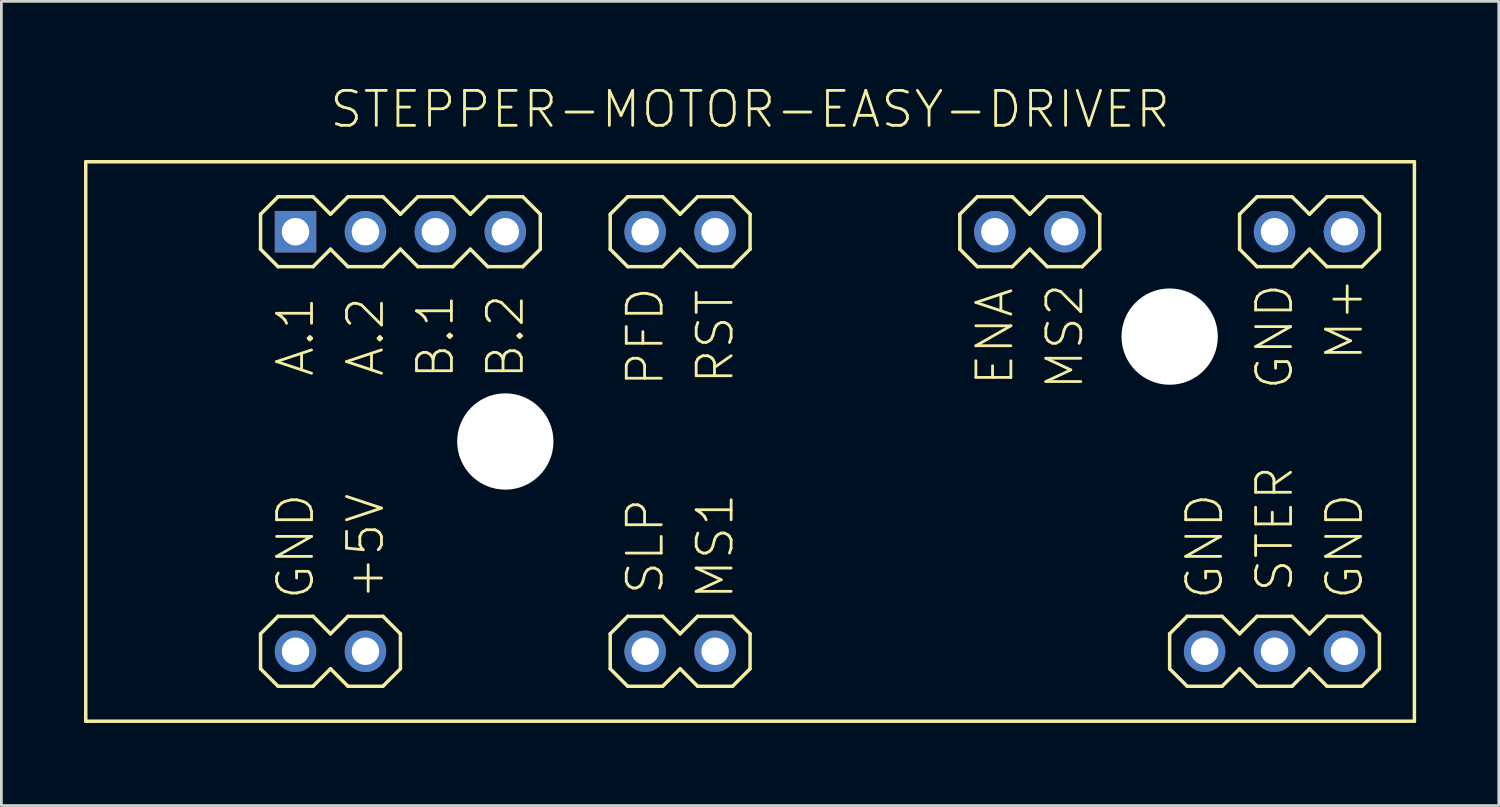
<source format=kicad_pcb>
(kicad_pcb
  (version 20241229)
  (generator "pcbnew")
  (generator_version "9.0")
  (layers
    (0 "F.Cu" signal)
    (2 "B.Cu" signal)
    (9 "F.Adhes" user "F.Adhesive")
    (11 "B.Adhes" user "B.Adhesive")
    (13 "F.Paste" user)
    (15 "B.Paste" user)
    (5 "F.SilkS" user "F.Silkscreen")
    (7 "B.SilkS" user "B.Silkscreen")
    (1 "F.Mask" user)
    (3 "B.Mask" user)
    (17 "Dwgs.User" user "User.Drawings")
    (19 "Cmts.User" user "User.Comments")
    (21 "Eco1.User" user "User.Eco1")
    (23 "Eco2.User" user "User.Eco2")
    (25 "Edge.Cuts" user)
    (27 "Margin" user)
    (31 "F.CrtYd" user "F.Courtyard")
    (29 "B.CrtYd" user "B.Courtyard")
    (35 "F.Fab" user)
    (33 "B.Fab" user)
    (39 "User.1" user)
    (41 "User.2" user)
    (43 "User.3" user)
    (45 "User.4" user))
  (footprint "STEPPER-MOTOR-EASY-DRIVER"
    (layer "F.Cu")
    (at 24.194 12.986)
    (property "Reference" "STEPPER-MOTOR-EASY-DRIVER" (at 0 -12.065 0) (layer "F.SilkS") (effects (font (size 1.27 1.27) (thickness 0.102))))
    (attr exclude_from_pos_files exclude_from_bom)
    (fp_line (start -24.13 -10.16) (end 24.13 -10.16) (stroke (width 0.127) (type solid)) (layer "F.SilkS"))
    (fp_line (start -24.13 10.16) (end -24.13 -10.16) (stroke (width 0.127) (type solid)) (layer "F.SilkS"))
    (fp_line (start -17.78 -8.255) (end -17.145 -8.89) (stroke (width 0.127) (type solid)) (layer "F.SilkS"))
    (fp_line (start -17.78 -6.985) (end -17.78 -8.255) (stroke (width 0.127) (type solid)) (layer "F.SilkS"))
    (fp_line (start -17.78 6.985) (end -17.145 6.35) (stroke (width 0.127) (type solid)) (layer "F.SilkS"))
    (fp_line (start -17.78 8.255) (end -17.78 6.985) (stroke (width 0.127) (type solid)) (layer "F.SilkS"))
    (fp_line (start -17.145 -8.89) (end -15.875 -8.89) (stroke (width 0.127) (type solid)) (layer "F.SilkS"))
    (fp_line (start -17.145 -6.35) (end -17.78 -6.985) (stroke (width 0.127) (type solid)) (layer "F.SilkS"))
    (fp_line (start -17.145 6.35) (end -15.875 6.35) (stroke (width 0.127) (type solid)) (layer "F.SilkS"))
    (fp_line (start -17.145 8.89) (end -17.78 8.255) (stroke (width 0.127) (type solid)) (layer "F.SilkS"))
    (fp_line (start -15.875 -8.89) (end -15.24 -8.255) (stroke (width 0.127) (type solid)) (layer "F.SilkS"))
    (fp_line (start -15.875 -6.35) (end -17.145 -6.35) (stroke (width 0.127) (type solid)) (layer "F.SilkS"))
    (fp_line (start -15.875 6.35) (end -15.24 6.985) (stroke (width 0.127) (type solid)) (layer "F.SilkS"))
    (fp_line (start -15.875 8.89) (end -17.145 8.89) (stroke (width 0.127) (type solid)) (layer "F.SilkS"))
    (fp_line (start -15.24 -8.255) (end -14.605 -8.89) (stroke (width 0.127) (type solid)) (layer "F.SilkS"))
    (fp_line (start -15.24 -6.985) (end -15.875 -6.35) (stroke (width 0.127) (type solid)) (layer "F.SilkS"))
    (fp_line (start -15.24 6.985) (end -14.605 6.35) (stroke (width 0.127) (type solid)) (layer "F.SilkS"))
    (fp_line (start -15.24 8.255) (end -15.875 8.89) (stroke (width 0.127) (type solid)) (layer "F.SilkS"))
    (fp_line (start -14.605 -8.89) (end -13.335 -8.89) (stroke (width 0.127) (type solid)) (layer "F.SilkS"))
    (fp_line (start -14.605 -6.35) (end -15.24 -6.985) (stroke (width 0.127) (type solid)) (layer "F.SilkS"))
    (fp_line (start -14.605 6.35) (end -13.335 6.35) (stroke (width 0.127) (type solid)) (layer "F.SilkS"))
    (fp_line (start -14.605 8.89) (end -15.24 8.255) (stroke (width 0.127) (type solid)) (layer "F.SilkS"))
    (fp_line (start -13.335 -8.89) (end -12.7 -8.255) (stroke (width 0.127) (type solid)) (layer "F.SilkS"))
    (fp_line (start -13.335 -6.35) (end -14.605 -6.35) (stroke (width 0.127) (type solid)) (layer "F.SilkS"))
    (fp_line (start -13.335 6.35) (end -12.7 6.985) (stroke (width 0.127) (type solid)) (layer "F.SilkS"))
    (fp_line (start -13.335 8.89) (end -14.605 8.89) (stroke (width 0.127) (type solid)) (layer "F.SilkS"))
    (fp_line (start -12.7 -8.255) (end -12.065 -8.89) (stroke (width 0.127) (type solid)) (layer "F.SilkS"))
    (fp_line (start -12.7 -6.985) (end -13.335 -6.35) (stroke (width 0.127) (type solid)) (layer "F.SilkS"))
    (fp_line (start -12.7 6.985) (end -12.7 8.255) (stroke (width 0.127) (type solid)) (layer "F.SilkS"))
    (fp_line (start -12.7 8.255) (end -13.335 8.89) (stroke (width 0.127) (type solid)) (layer "F.SilkS"))
    (fp_line (start -12.065 -8.89) (end -10.795 -8.89) (stroke (width 0.127) (type solid)) (layer "F.SilkS"))
    (fp_line (start -12.065 -6.35) (end -12.7 -6.985) (stroke (width 0.127) (type solid)) (layer "F.SilkS"))
    (fp_line (start -10.795 -8.89) (end -10.16 -8.255) (stroke (width 0.127) (type solid)) (layer "F.SilkS"))
    (fp_line (start -10.795 -6.35) (end -12.065 -6.35) (stroke (width 0.127) (type solid)) (layer "F.SilkS"))
    (fp_line (start -10.16 -8.255) (end -9.525 -8.89) (stroke (width 0.127) (type solid)) (layer "F.SilkS"))
    (fp_line (start -10.16 -6.985) (end -10.795 -6.35) (stroke (width 0.127) (type solid)) (layer "F.SilkS"))
    (fp_line (start -9.525 -8.89) (end -8.255 -8.89) (stroke (width 0.127) (type solid)) (layer "F.SilkS"))
    (fp_line (start -9.525 -6.35) (end -10.16 -6.985) (stroke (width 0.127) (type solid)) (layer "F.SilkS"))
    (fp_line (start -8.255 -8.89) (end -7.62 -8.255) (stroke (width 0.127) (type solid)) (layer "F.SilkS"))
    (fp_line (start -8.255 -6.35) (end -9.525 -6.35) (stroke (width 0.127) (type solid)) (layer "F.SilkS"))
    (fp_line (start -7.62 -8.255) (end -7.62 -6.985) (stroke (width 0.127) (type solid)) (layer "F.SilkS"))
    (fp_line (start -7.62 -6.985) (end -8.255 -6.35) (stroke (width 0.127) (type solid)) (layer "F.SilkS"))
    (fp_line (start -5.08 -8.255) (end -4.445 -8.89) (stroke (width 0.127) (type solid)) (layer "F.SilkS"))
    (fp_line (start -5.08 -6.985) (end -5.08 -8.255) (stroke (width 0.127) (type solid)) (layer "F.SilkS"))
    (fp_line (start -5.08 6.985) (end -4.445 6.35) (stroke (width 0.127) (type solid)) (layer "F.SilkS"))
    (fp_line (start -5.08 8.255) (end -5.08 6.985) (stroke (width 0.127) (type solid)) (layer "F.SilkS"))
    (fp_line (start -4.445 -8.89) (end -3.175 -8.89) (stroke (width 0.127) (type solid)) (layer "F.SilkS"))
    (fp_line (start -4.445 -6.35) (end -5.08 -6.985) (stroke (width 0.127) (type solid)) (layer "F.SilkS"))
    (fp_line (start -4.445 6.35) (end -3.175 6.35) (stroke (width 0.127) (type solid)) (layer "F.SilkS"))
    (fp_line (start -4.445 8.89) (end -5.08 8.255) (stroke (width 0.127) (type solid)) (layer "F.SilkS"))
    (fp_line (start -3.175 -8.89) (end -2.54 -8.255) (stroke (width 0.127) (type solid)) (layer "F.SilkS"))
    (fp_line (start -3.175 -6.35) (end -4.445 -6.35) (stroke (width 0.127) (type solid)) (layer "F.SilkS"))
    (fp_line (start -3.175 6.35) (end -2.54 6.985) (stroke (width 0.127) (type solid)) (layer "F.SilkS"))
    (fp_line (start -3.175 8.89) (end -4.445 8.89) (stroke (width 0.127) (type solid)) (layer "F.SilkS"))
    (fp_line (start -2.54 -8.255) (end -1.905 -8.89) (stroke (width 0.127) (type solid)) (layer "F.SilkS"))
    (fp_line (start -2.54 -6.985) (end -3.175 -6.35) (stroke (width 0.127) (type solid)) (layer "F.SilkS"))
    (fp_line (start -2.54 6.985) (end -1.905 6.35) (stroke (width 0.127) (type solid)) (layer "F.SilkS"))
    (fp_line (start -2.54 8.255) (end -3.175 8.89) (stroke (width 0.127) (type solid)) (layer "F.SilkS"))
    (fp_line (start -1.905 -8.89) (end -0.635 -8.89) (stroke (width 0.127) (type solid)) (layer "F.SilkS"))
    (fp_line (start -1.905 -6.35) (end -2.54 -6.985) (stroke (width 0.127) (type solid)) (layer "F.SilkS"))
    (fp_line (start -1.905 6.35) (end -0.635 6.35) (stroke (width 0.127) (type solid)) (layer "F.SilkS"))
    (fp_line (start -1.905 8.89) (end -2.54 8.255) (stroke (width 0.127) (type solid)) (layer "F.SilkS"))
    (fp_line (start -0.635 -8.89) (end 0 -8.255) (stroke (width 0.127) (type solid)) (layer "F.SilkS"))
    (fp_line (start -0.635 -6.35) (end -1.905 -6.35) (stroke (width 0.127) (type solid)) (layer "F.SilkS"))
    (fp_line (start -0.635 6.35) (end 0 6.985) (stroke (width 0.127) (type solid)) (layer "F.SilkS"))
    (fp_line (start -0.635 8.89) (end -1.905 8.89) (stroke (width 0.127) (type solid)) (layer "F.SilkS"))
    (fp_line (start 0 -8.255) (end 0 -6.985) (stroke (width 0.127) (type solid)) (layer "F.SilkS"))
    (fp_line (start 0 -6.985) (end -0.635 -6.35) (stroke (width 0.127) (type solid)) (layer "F.SilkS"))
    (fp_line (start 0 6.985) (end 0 8.255) (stroke (width 0.127) (type solid)) (layer "F.SilkS"))
    (fp_line (start 0 8.255) (end -0.635 8.89) (stroke (width 0.127) (type solid)) (layer "F.SilkS"))
    (fp_line (start 7.62 -8.255) (end 8.255 -8.89) (stroke (width 0.127) (type solid)) (layer "F.SilkS"))
    (fp_line (start 7.62 -6.985) (end 7.62 -8.255) (stroke (width 0.127) (type solid)) (layer "F.SilkS"))
    (fp_line (start 8.255 -8.89) (end 9.525 -8.89) (stroke (width 0.127) (type solid)) (layer "F.SilkS"))
    (fp_line (start 8.255 -6.35) (end 7.62 -6.985) (stroke (width 0.127) (type solid)) (layer "F.SilkS"))
    (fp_line (start 9.525 -8.89) (end 10.16 -8.255) (stroke (width 0.127) (type solid)) (layer "F.SilkS"))
    (fp_line (start 9.525 -6.35) (end 8.255 -6.35) (stroke (width 0.127) (type solid)) (layer "F.SilkS"))
    (fp_line (start 10.16 -8.255) (end 10.795 -8.89) (stroke (width 0.127) (type solid)) (layer "F.SilkS"))
    (fp_line (start 10.16 -6.985) (end 9.525 -6.35) (stroke (width 0.127) (type solid)) (layer "F.SilkS"))
    (fp_line (start 10.795 -8.89) (end 12.065 -8.89) (stroke (width 0.127) (type solid)) (layer "F.SilkS"))
    (fp_line (start 10.795 -6.35) (end 10.16 -6.985) (stroke (width 0.127) (type solid)) (layer "F.SilkS"))
    (fp_line (start 12.065 -8.89) (end 12.7 -8.255) (stroke (width 0.127) (type solid)) (layer "F.SilkS"))
    (fp_line (start 12.065 -6.35) (end 10.795 -6.35) (stroke (width 0.127) (type solid)) (layer "F.SilkS"))
    (fp_line (start 12.7 -8.255) (end 12.7 -6.985) (stroke (width 0.127) (type solid)) (layer "F.SilkS"))
    (fp_line (start 12.7 -6.985) (end 12.065 -6.35) (stroke (width 0.127) (type solid)) (layer "F.SilkS"))
    (fp_line (start 15.24 6.985) (end 15.875 6.35) (stroke (width 0.127) (type solid)) (layer "F.SilkS"))
    (fp_line (start 15.24 8.255) (end 15.24 6.985) (stroke (width 0.127) (type solid)) (layer "F.SilkS"))
    (fp_line (start 15.875 6.35) (end 17.145 6.35) (stroke (width 0.127) (type solid)) (layer "F.SilkS"))
    (fp_line (start 15.875 8.89) (end 15.24 8.255) (stroke (width 0.127) (type solid)) (layer "F.SilkS"))
    (fp_line (start 17.145 6.35) (end 17.78 6.985) (stroke (width 0.127) (type solid)) (layer "F.SilkS"))
    (fp_line (start 17.145 8.89) (end 15.875 8.89) (stroke (width 0.127) (type solid)) (layer "F.SilkS"))
    (fp_line (start 17.78 -8.255) (end 18.415 -8.89) (stroke (width 0.127) (type solid)) (layer "F.SilkS"))
    (fp_line (start 17.78 -6.985) (end 17.78 -8.255) (stroke (width 0.127) (type solid)) (layer "F.SilkS"))
    (fp_line (start 17.78 6.985) (end 18.415 6.35) (stroke (width 0.127) (type solid)) (layer "F.SilkS"))
    (fp_line (start 17.78 8.255) (end 17.145 8.89) (stroke (width 0.127) (type solid)) (layer "F.SilkS"))
    (fp_line (start 18.415 -8.89) (end 19.685 -8.89) (stroke (width 0.127) (type solid)) (layer "F.SilkS"))
    (fp_line (start 18.415 -6.35) (end 17.78 -6.985) (stroke (width 0.127) (type solid)) (layer "F.SilkS"))
    (fp_line (start 18.415 6.35) (end 19.685 6.35) (stroke (width 0.127) (type solid)) (layer "F.SilkS"))
    (fp_line (start 18.415 8.89) (end 17.78 8.255) (stroke (width 0.127) (type solid)) (layer "F.SilkS"))
    (fp_line (start 19.685 -8.89) (end 20.32 -8.255) (stroke (width 0.127) (type solid)) (layer "F.SilkS"))
    (fp_line (start 19.685 -6.35) (end 18.415 -6.35) (stroke (width 0.127) (type solid)) (layer "F.SilkS"))
    (fp_line (start 19.685 6.35) (end 20.32 6.985) (stroke (width 0.127) (type solid)) (layer "F.SilkS"))
    (fp_line (start 19.685 8.89) (end 18.415 8.89) (stroke (width 0.127) (type solid)) (layer "F.SilkS"))
    (fp_line (start 20.32 -8.255) (end 20.955 -8.89) (stroke (width 0.127) (type solid)) (layer "F.SilkS"))
    (fp_line (start 20.32 -6.985) (end 19.685 -6.35) (stroke (width 0.127) (type solid)) (layer "F.SilkS"))
    (fp_line (start 20.32 6.985) (end 20.955 6.35) (stroke (width 0.127) (type solid)) (layer "F.SilkS"))
    (fp_line (start 20.32 8.255) (end 19.685 8.89) (stroke (width 0.127) (type solid)) (layer "F.SilkS"))
    (fp_line (start 20.955 -8.89) (end 22.225 -8.89) (stroke (width 0.127) (type solid)) (layer "F.SilkS"))
    (fp_line (start 20.955 -6.35) (end 20.32 -6.985) (stroke (width 0.127) (type solid)) (layer "F.SilkS"))
    (fp_line (start 20.955 6.35) (end 22.225 6.35) (stroke (width 0.127) (type solid)) (layer "F.SilkS"))
    (fp_line (start 20.955 8.89) (end 20.32 8.255) (stroke (width 0.127) (type solid)) (layer "F.SilkS"))
    (fp_line (start 22.225 -8.89) (end 22.86 -8.255) (stroke (width 0.127) (type solid)) (layer "F.SilkS"))
    (fp_line (start 22.225 -6.35) (end 20.955 -6.35) (stroke (width 0.127) (type solid)) (layer "F.SilkS"))
    (fp_line (start 22.225 6.35) (end 22.86 6.985) (stroke (width 0.127) (type solid)) (layer "F.SilkS"))
    (fp_line (start 22.225 8.89) (end 20.955 8.89) (stroke (width 0.127) (type solid)) (layer "F.SilkS"))
    (fp_line (start 22.86 -8.255) (end 22.86 -6.985) (stroke (width 0.127) (type solid)) (layer "F.SilkS"))
    (fp_line (start 22.86 -6.985) (end 22.225 -6.35) (stroke (width 0.127) (type solid)) (layer "F.SilkS"))
    (fp_line (start 22.86 6.985) (end 22.86 8.255) (stroke (width 0.127) (type solid)) (layer "F.SilkS"))
    (fp_line (start 22.86 8.255) (end 22.225 8.89) (stroke (width 0.127) (type solid)) (layer "F.SilkS"))
    (fp_line (start 24.13 -10.16) (end 24.13 10.16) (stroke (width 0.127) (type solid)) (layer "F.SilkS"))
    (fp_line (start 24.13 10.16) (end -24.13 10.16) (stroke (width 0.127) (type solid)) (layer "F.SilkS"))
    (fp_text user "+5V" (at -13.97 3.81 90) (layer "F.SilkS") (effects (font (size 1.27 1.27) (thickness 0.102))))
    (fp_text user "STER" (at 19.05 3.175 90) (layer "F.SilkS") (effects (font (size 1.27 1.27) (thickness 0.102))))
    (fp_text user "MS1" (at -1.27 3.81 90) (layer "F.SilkS") (effects (font (size 1.27 1.27) (thickness 0.102))))
    (fp_text user "ENA" (at 8.89 -3.81 90) (layer "F.SilkS") (effects (font (size 1.27 1.27) (thickness 0.102))))
    (fp_text user "GND" (at 21.59 3.81 90) (layer "F.SilkS") (effects (font (size 1.27 1.27) (thickness 0.102))))
    (fp_text user "A.2" (at -13.97 -3.81 90) (layer "F.SilkS") (effects (font (size 1.27 1.27) (thickness 0.102))))
    (fp_text user "A.1" (at -16.51 -3.81 90) (layer "F.SilkS") (effects (font (size 1.27 1.27) (thickness 0.102))))
    (fp_text user "GND" (at 16.51 3.81 90) (layer "F.SilkS") (effects (font (size 1.27 1.27) (thickness 0.102))))
    (fp_text user "GND" (at 19.05 -3.81 90) (layer "F.SilkS") (effects (font (size 1.27 1.27) (thickness 0.102))))
    (fp_text user "M+" (at 21.59 -4.445 90) (layer "F.SilkS") (effects (font (size 1.27 1.27) (thickness 0.102))))
    (fp_text user "RST" (at -1.27 -3.81 90) (layer "F.SilkS") (effects (font (size 1.27 1.27) (thickness 0.102))))
    (fp_text user "GND" (at -16.51 3.81 90) (layer "F.SilkS") (effects (font (size 1.27 1.27) (thickness 0.102))))
    (fp_text user "MS2" (at 11.43 -3.81 90) (layer "F.SilkS") (effects (font (size 1.27 1.27) (thickness 0.102))))
    (fp_text user "B.2" (at -8.89 -3.81 90) (layer "F.SilkS") (effects (font (size 1.27 1.27) (thickness 0.102))))
    (fp_text user "B.1" (at -11.43 -3.81 90) (layer "F.SilkS") (effects (font (size 1.27 1.27) (thickness 0.102))))
    (fp_text user "PFD" (at -3.81 -3.81 90) (layer "F.SilkS") (effects (font (size 1.27 1.27) (thickness 0.102))))
    (fp_text user "SLP" (at -3.81 3.81 90) (layer "F.SilkS") (effects (font (size 1.27 1.27) (thickness 0.102))))
    (pad "" np_thru_hole circle (at -8.89 0) (size 3.498 3.498) (drill 3.498) (layers "*.Cu" "*.Mask"))
    (pad "" np_thru_hole circle (at 15.24 -3.81) (size 3.498 3.498) (drill 3.498) (layers "*.Cu" "*.Mask"))
    (pad "JP1.1" thru_hole circle (at 19.05 -7.62) (size 1.506 1.506) (drill 0.998) (layers "*.Cu" "*.Paste" "*.Mask"))
    (pad "JP1.2" thru_hole circle (at 21.59 -7.62) (size 1.506 1.506) (drill 0.998) (layers "*.Cu" "*.Paste" "*.Mask"))
    (pad "JP2.1" thru_hole circle (at 16.51 7.62) (size 1.506 1.506) (drill 0.998) (layers "*.Cu" "*.Paste" "*.Mask"))
    (pad "JP2.2" thru_hole circle (at 19.05 7.62) (size 1.506 1.506) (drill 0.998) (layers "*.Cu" "*.Paste" "*.Mask"))
    (pad "JP2.3" thru_hole circle (at 21.59 7.62) (size 1.506 1.506) (drill 0.998) (layers "*.Cu" "*.Paste" "*.Mask"))
    (pad "JP3.1" thru_hole rect (at -16.51 -7.62) (size 1.506 1.506) (drill 0.998) (layers "*.Cu" "*.Paste" "*.Mask"))
    (pad "JP3.2" thru_hole circle (at -13.97 -7.62) (size 1.506 1.506) (drill 0.998) (layers "*.Cu" "*.Paste" "*.Mask"))
    (pad "JP3.3" thru_hole circle (at -11.43 -7.62) (size 1.506 1.506) (drill 0.998) (layers "*.Cu" "*.Paste" "*.Mask"))
    (pad "JP3.4" thru_hole circle (at -8.89 -7.62) (size 1.506 1.506) (drill 0.998) (layers "*.Cu" "*.Paste" "*.Mask"))
    (pad "JP4.1" thru_hole circle (at -13.97 7.62) (size 1.506 1.506) (drill 0.998) (layers "*.Cu" "*.Paste" "*.Mask"))
    (pad "JP4.2" thru_hole circle (at -16.51 7.62) (size 1.506 1.506) (drill 0.998) (layers "*.Cu" "*.Paste" "*.Mask"))
    (pad "JP5.1" thru_hole circle (at -1.27 7.62) (size 1.506 1.506) (drill 0.998) (layers "*.Cu" "*.Paste" "*.Mask"))
    (pad "JP5.2" thru_hole circle (at -3.81 7.62) (size 1.506 1.506) (drill 0.998) (layers "*.Cu" "*.Paste" "*.Mask"))
    (pad "JP6.1" thru_hole circle (at 8.89 -7.62) (size 1.506 1.506) (drill 0.998) (layers "*.Cu" "*.Paste" "*.Mask"))
    (pad "JP6.2" thru_hole circle (at 11.43 -7.62) (size 1.506 1.506) (drill 0.998) (layers "*.Cu" "*.Paste" "*.Mask"))
    (pad "JP7.1" thru_hole circle (at -3.81 -7.62) (size 1.506 1.506) (drill 0.998) (layers "*.Cu" "*.Paste" "*.Mask"))
    (pad "JP7.2" thru_hole circle (at -1.27 -7.62) (size 1.506 1.506) (drill 0.998) (layers "*.Cu" "*.Paste" "*.Mask")))
  (gr_rect
    (start -3 -3)
    (end 51.387 26.21)
    (stroke (width 0.1) (type default))
    (fill no)
    (layer "Edge.Cuts")))
</source>
